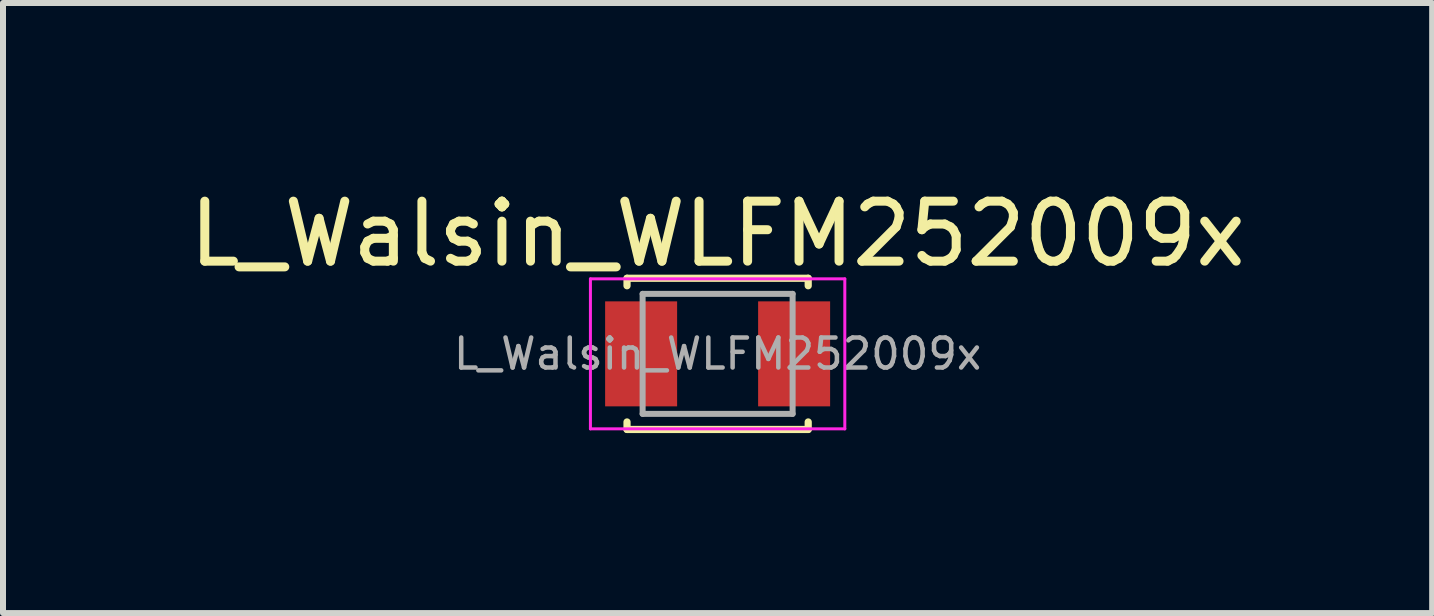
<source format=kicad_pcb>
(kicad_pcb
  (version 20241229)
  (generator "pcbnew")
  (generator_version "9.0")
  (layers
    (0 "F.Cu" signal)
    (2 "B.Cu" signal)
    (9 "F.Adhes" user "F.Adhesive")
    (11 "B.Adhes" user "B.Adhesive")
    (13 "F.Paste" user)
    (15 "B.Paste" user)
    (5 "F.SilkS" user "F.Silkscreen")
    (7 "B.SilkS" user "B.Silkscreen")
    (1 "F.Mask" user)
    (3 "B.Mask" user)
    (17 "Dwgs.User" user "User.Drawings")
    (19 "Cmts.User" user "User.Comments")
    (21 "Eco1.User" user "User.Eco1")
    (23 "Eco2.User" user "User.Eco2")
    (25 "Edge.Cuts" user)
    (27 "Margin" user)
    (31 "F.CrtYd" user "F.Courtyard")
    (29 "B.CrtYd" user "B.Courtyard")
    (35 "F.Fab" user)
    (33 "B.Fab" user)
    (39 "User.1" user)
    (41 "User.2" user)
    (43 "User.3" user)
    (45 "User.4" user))
  (footprint "L_Walsin_WLFM252009x"
    (layer "F.Cu")
    (at 8.911 2.848)
    (property "Reference" "L_Walsin_WLFM252009x" (at 0 -2 0) (layer "F.SilkS") (effects (font (size 1 1) (thickness 0.15))))
    (attr smd)
    (fp_line (start -1.51 -1.26) (end -1.51 -1.135) (stroke (width 0.12) (type solid)) (layer "F.SilkS"))
    (fp_line (start -1.51 -1.26) (end 1.51 -1.26) (stroke (width 0.12) (type solid)) (layer "F.SilkS"))
    (fp_line (start -1.51 1.26) (end -1.51 1.135) (stroke (width 0.12) (type solid)) (layer "F.SilkS"))
    (fp_line (start -1.51 1.26) (end 1.51 1.26) (stroke (width 0.12) (type solid)) (layer "F.SilkS"))
    (fp_line (start 1.51 -1.26) (end 1.51 -1.135) (stroke (width 0.12) (type solid)) (layer "F.SilkS"))
    (fp_line (start 1.51 1.26) (end 1.51 1.135) (stroke (width 0.12) (type solid)) (layer "F.SilkS"))
    (fp_line (start -2.12 -1.25) (end -2.12 1.25) (stroke (width 0.05) (type solid)) (layer "F.CrtYd"))
    (fp_line (start -2.12 1.25) (end 2.12 1.25) (stroke (width 0.05) (type solid)) (layer "F.CrtYd"))
    (fp_line (start 2.12 -1.25) (end -2.12 -1.25) (stroke (width 0.05) (type solid)) (layer "F.CrtYd"))
    (fp_line (start 2.12 1.25) (end 2.12 -1.25) (stroke (width 0.05) (type solid)) (layer "F.CrtYd"))
    (fp_line (start -1.25 -1) (end -1.25 1) (stroke (width 0.1) (type solid)) (layer "F.Fab"))
    (fp_line (start -1.25 1) (end 1.25 1) (stroke (width 0.1) (type solid)) (layer "F.Fab"))
    (fp_line (start 1.25 -1) (end -1.25 -1) (stroke (width 0.1) (type solid)) (layer "F.Fab"))
    (fp_line (start 1.25 1) (end 1.25 -1) (stroke (width 0.1) (type solid)) (layer "F.Fab"))
    (fp_text user "${REFERENCE}" (at 0 0 0) (layer "F.Fab") (effects (font (size 0.5 0.5) (thickness 0.075))))
    (pad "1" smd rect (at -1.275 0) (size 1.2 1.75) (layers "F.Cu" "F.Mask" "F.Paste"))
    (pad "2" smd rect (at 1.275 0) (size 1.2 1.75) (layers "F.Cu" "F.Mask" "F.Paste")))
  (gr_rect
    (start -3 -3)
    (end 20.821 7.168)
    (stroke (width 0.1) (type default))
    (fill no)
    (layer "Edge.Cuts")))
</source>
